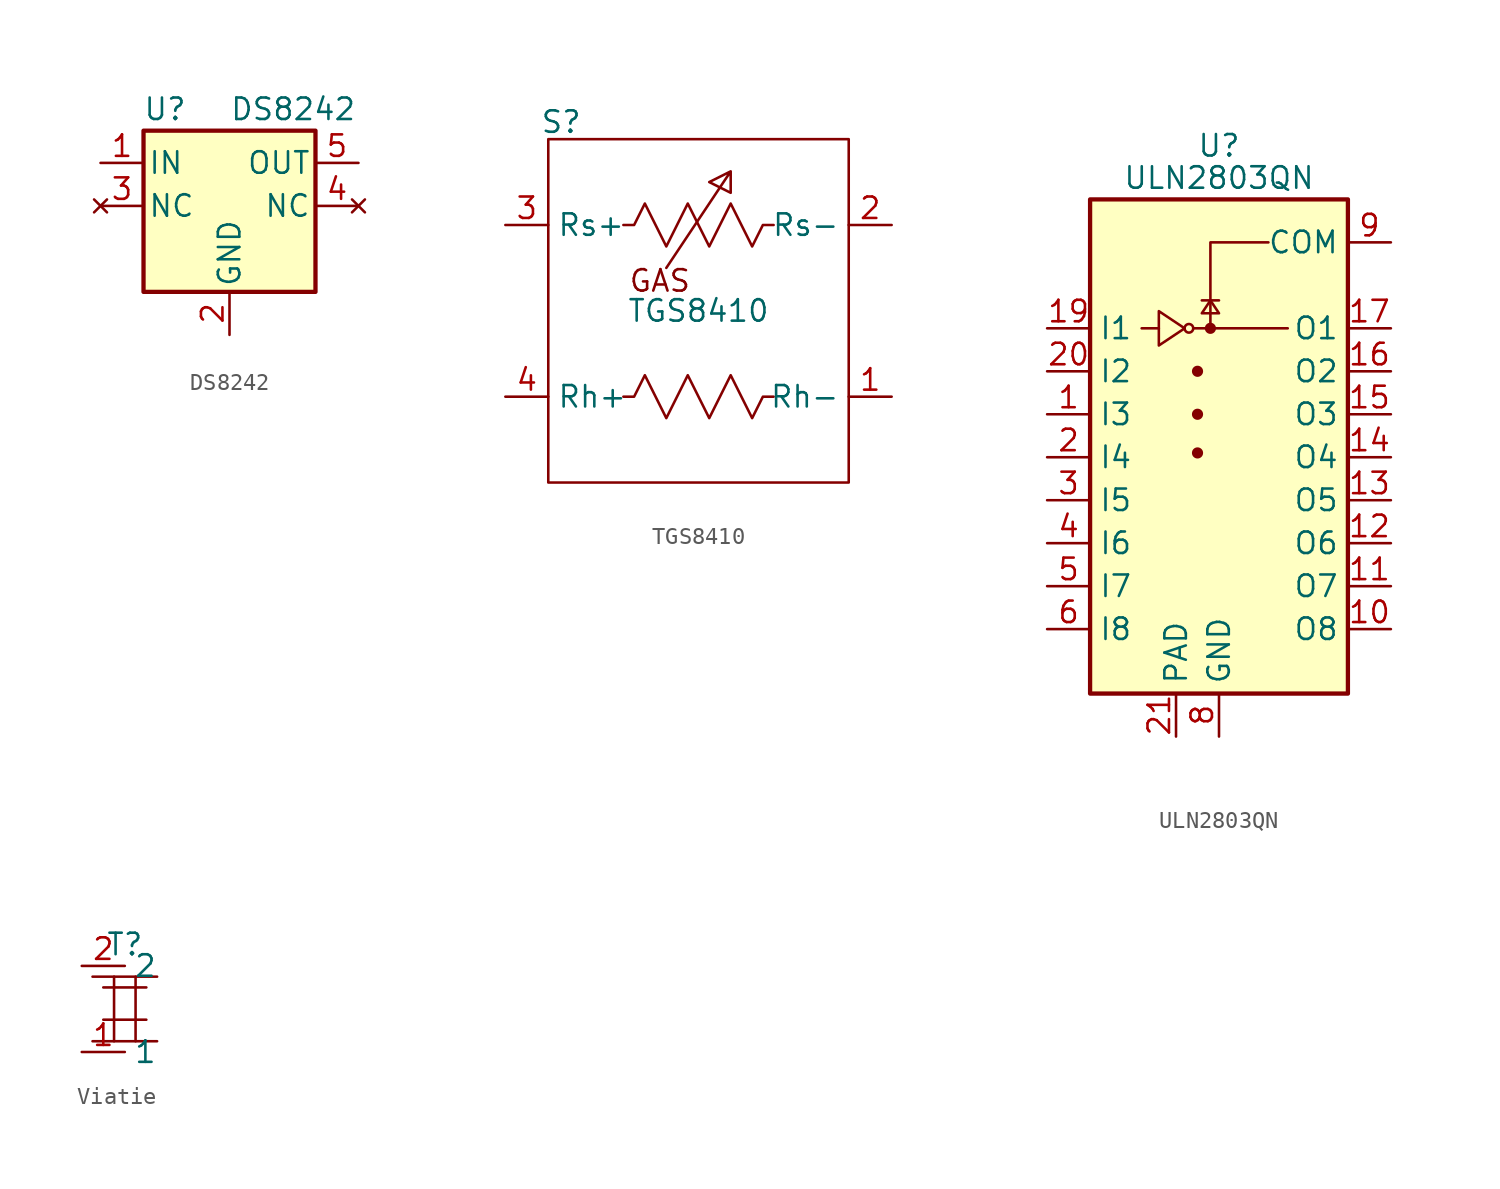
<source format=kicad_sym>
(kicad_symbol_lib
  (version 20231120)
  (generator "kicad_symbol_editor")
  (generator_version "8.0")
  (symbol "DS8242"
    (pin_names
      (offset 0.254))
    (property "Reference" "U"
      (at -3.81 5.715 0)
      (effects (font (size 1.27 1.27))))
    (property "Value" "DS8242"
      (at 0 5.715 0)
      (effects (font (size 1.27 1.27)) (justify left)))
    (symbol "DS8242_0_1"
      (rectangle (start -5.08 4.445) (end 5.08 -5.08) (stroke (width 0.254) (type default)) (fill (type background))))
    (symbol "DS8242_1_1"
      (pin power_in line (at -7.62 2.54 0) (length 2.54) (name "IN" (effects (font (size 1.27 1.27)))) (number "1" (effects (font (size 1.27 1.27)))))
      (pin power_in line (at 0 -7.62 90) (length 2.54) (name "GND" (effects (font (size 1.27 1.27)))) (number "2" (effects (font (size 1.27 1.27)))))
      (pin no_connect line (at -7.62 0 0) (length 2.54) (name "NC" (effects (font (size 1.27 1.27)))) (number "3" (effects (font (size 1.27 1.27)))))
      (pin no_connect line (at 7.62 0 180) (length 2.54) (name "NC" (effects (font (size 1.27 1.27)))) (number "4" (effects (font (size 1.27 1.27)))))
      (pin power_out line (at 7.62 2.54 180) (length 2.54) (name "OUT" (effects (font (size 1.27 1.27)))) (number "5" (effects (font (size 1.27 1.27)))))))
  (symbol "TGS8410"
    (property "Reference" "S"
      (at -8.128 11.176 0)
      (effects (font (size 1.27 1.27))))
    (property "Value" "TGS8410"
      (at 0 0 0)
      (effects (font (size 1.27 1.27))))
    (symbol "TGS8410_0_1"
      (rectangle (start -8.89 10.16) (end 8.89 -10.16) (stroke (width 0) (type default)) (fill (type none)))
      (polyline (pts (xy -1.905 2.54) (xy 1.905 8.255) (xy 0.635 7.62) (xy 1.905 6.985) (xy 1.905 8.255)) (stroke (width 0) (type default)) (fill (type none)))
      (polyline (pts (xy -3.81 -5.08) (xy -4.445 -5.08) (xy -3.81 -5.08) (xy -3.81 -5.08) (xy -3.175 -3.81) (xy -1.905 -6.35) (xy -0.635 -3.81) (xy 0.635 -6.35) (xy 1.905 -3.81) (xy 3.175 -6.35) (xy 3.81 -5.08) (xy 3.81 -5.08) (xy 4.445 -5.08)) (stroke (width 0) (type default)) (fill (type none)))
      (polyline (pts (xy -3.81 5.08) (xy -4.445 5.08) (xy -3.81 5.08) (xy -3.81 5.08) (xy -3.175 6.35) (xy -1.905 3.81) (xy -0.635 6.35) (xy 0.635 3.81) (xy 1.905 6.35) (xy 3.175 3.81) (xy 3.81 5.08) (xy 3.81 5.08) (xy 4.445 5.08)) (stroke (width 0) (type default)) (fill (type none))))
    (symbol "TGS8410_1_1"
      (text "GAS\n" (at -2.286 1.778 0) (effects (font (size 1.27 1.27))))
      (pin power_out line (at 11.43 -5.08 180) (length 2.54) (name "Rh-" (effects (font (size 1.27 1.27)))) (number "1" (effects (font (size 1.27 1.27)))))
      (pin power_out line (at 11.43 5.08 180) (length 2.54) (name "Rs-" (effects (font (size 1.27 1.27)))) (number "2" (effects (font (size 1.27 1.27)))))
      (pin power_in line (at -11.43 5.08 0) (length 2.54) (name "Rs+" (effects (font (size 1.27 1.27)))) (number "3" (effects (font (size 1.27 1.27)))))
      (pin power_in line (at -11.43 -5.08 0) (length 2.54) (name "Rh+" (effects (font (size 1.27 1.27)))) (number "4" (effects (font (size 1.27 1.27)))))))
  (symbol "ULN2803QN"
    (property "Reference" "U"
      (at 0 15.875 0)
      (effects (font (size 1.27 1.27))))
    (property "Value" "ULN2803QN"
      (at 0 13.97 0)
      (effects (font (size 1.27 1.27))))
    (symbol "ULN2803QN_0_1"
      (rectangle (start -7.62 12.7) (end 7.62 -16.51) (stroke (width 0.254) (type default)) (fill (type background)))
      (circle (center -1.778 5.08) (radius 0.254) (stroke (width 0) (type default)) (fill (type none)))
      (circle (center -1.27 -2.286) (radius 0.254) (stroke (width 0) (type default)) (fill (type outline)))
      (circle (center -1.27 0) (radius 0.254) (stroke (width 0) (type default)) (fill (type outline)))
      (circle (center -1.27 2.54) (radius 0.254) (stroke (width 0) (type default)) (fill (type outline)))
      (circle (center -0.508 5.08) (radius 0.254) (stroke (width 0) (type default)) (fill (type outline)))
      (polyline (pts (xy -4.572 5.08) (xy -3.556 5.08)) (stroke (width 0) (type default)) (fill (type none)))
      (polyline (pts (xy -1.524 5.08) (xy 4.064 5.08)) (stroke (width 0) (type default)) (fill (type none)))
      (polyline (pts (xy 0 6.731) (xy -1.016 6.731)) (stroke (width 0) (type default)) (fill (type none)))
      (polyline (pts (xy -0.508 5.08) (xy -0.508 10.16) (xy 2.921 10.16)) (stroke (width 0) (type default)) (fill (type none)))
      (polyline (pts (xy -3.556 6.096) (xy -3.556 4.064) (xy -2.032 5.08) (xy -3.556 6.096)) (stroke (width 0) (type default)) (fill (type none)))
      (polyline (pts (xy 0 5.969) (xy -1.016 5.969) (xy -0.508 6.731) (xy 0 5.969)) (stroke (width 0) (type default)) (fill (type none))))
    (symbol "ULN2803QN_1_1"
      (pin input line (at -10.16 0 0) (length 2.54) (name "I3" (effects (font (size 1.27 1.27)))) (number "1" (effects (font (size 1.27 1.27)))))
      (pin open_collector line (at 10.16 -12.7 180) (length 2.54) (name "O8" (effects (font (size 1.27 1.27)))) (number "10" (effects (font (size 1.27 1.27)))))
      (pin open_collector line (at 10.16 -10.16 180) (length 2.54) (name "O7" (effects (font (size 1.27 1.27)))) (number "11" (effects (font (size 1.27 1.27)))))
      (pin open_collector line (at 10.16 -7.62 180) (length 2.54) (name "O6" (effects (font (size 1.27 1.27)))) (number "12" (effects (font (size 1.27 1.27)))))
      (pin open_collector line (at 10.16 -5.08 180) (length 2.54) (name "O5" (effects (font (size 1.27 1.27)))) (number "13" (effects (font (size 1.27 1.27)))))
      (pin open_collector line (at 10.16 -2.54 180) (length 2.54) (name "O4" (effects (font (size 1.27 1.27)))) (number "14" (effects (font (size 1.27 1.27)))))
      (pin open_collector line (at 10.16 0 180) (length 2.54) (name "O3" (effects (font (size 1.27 1.27)))) (number "15" (effects (font (size 1.27 1.27)))))
      (pin open_collector line (at 10.16 2.54 180) (length 2.54) (name "O2" (effects (font (size 1.27 1.27)))) (number "16" (effects (font (size 1.27 1.27)))))
      (pin open_collector line (at 10.16 5.08 180) (length 2.54) (name "O1" (effects (font (size 1.27 1.27)))) (number "17" (effects (font (size 1.27 1.27)))))
      (pin input line (at -10.16 5.08 0) (length 2.54) (name "I1" (effects (font (size 1.27 1.27)))) (number "19" (effects (font (size 1.27 1.27)))))
      (pin input line (at -10.16 -2.54 0) (length 2.54) (name "I4" (effects (font (size 1.27 1.27)))) (number "2" (effects (font (size 1.27 1.27)))))
      (pin input line (at -10.16 2.54 0) (length 2.54) (name "I2" (effects (font (size 1.27 1.27)))) (number "20" (effects (font (size 1.27 1.27)))))
      (pin power_in line (at -2.54 -19.05 90) (length 2.54) (name "PAD" (effects (font (size 1.27 1.27)))) (number "21" (effects (font (size 1.27 1.27)))))
      (pin input line (at -10.16 -5.08 0) (length 2.54) (name "I5" (effects (font (size 1.27 1.27)))) (number "3" (effects (font (size 1.27 1.27)))))
      (pin input line (at -10.16 -7.62 0) (length 2.54) (name "I6" (effects (font (size 1.27 1.27)))) (number "4" (effects (font (size 1.27 1.27)))))
      (pin input line (at -10.16 -10.16 0) (length 2.54) (name "I7" (effects (font (size 1.27 1.27)))) (number "5" (effects (font (size 1.27 1.27)))))
      (pin input line (at -10.16 -12.7 0) (length 2.54) (name "I8" (effects (font (size 1.27 1.27)))) (number "6" (effects (font (size 1.27 1.27)))))
      (pin power_in line (at 0 -19.05 90) (length 2.54) (name "GND" (effects (font (size 1.27 1.27)))) (number "8" (effects (font (size 1.27 1.27)))))
      (pin passive line (at 10.16 10.16 180) (length 2.54) (name "COM" (effects (font (size 1.27 1.27)))) (number "9" (effects (font (size 1.27 1.27)))))))
  (symbol "Viatie"
    (property "Reference" "T"
      (at 0 1.27 0)
      (effects (font (size 1.27 1.27))))
    (symbol "Viatie_0_1"
      (polyline (pts (xy -1.905 -4.445) (xy 1.905 -4.445)) (stroke (width 0) (type default)) (fill (type none)))
      (polyline (pts (xy -1.905 -0.635) (xy 1.905 -0.635)) (stroke (width 0) (type default)) (fill (type none)))
      (polyline (pts (xy -1.27 -3.175) (xy 1.27 -3.175)) (stroke (width 0) (type default)) (fill (type none)))
      (polyline (pts (xy -1.27 -1.27) (xy 1.27 -1.27)) (stroke (width 0) (type default)) (fill (type none)))
      (polyline (pts (xy -0.635 -0.635) (xy -0.635 -4.445)) (stroke (width 0) (type default)) (fill (type none)))
      (polyline (pts (xy 0.635 -0.635) (xy 0.635 -4.445)) (stroke (width 0) (type default)) (fill (type none))))
    (symbol "Viatie_1_1"
      (pin input line (at -2.54 -5.08 0) (length 2.54) (name "1" (effects (font (size 1.27 1.27)))) (number "1" (effects (font (size 1.27 1.27)))))
      (pin input line (at -2.54 0 0) (length 2.54) (name "2" (effects (font (size 1.27 1.27)))) (number "2" (effects (font (size 1.27 1.27))))))))
</source>
